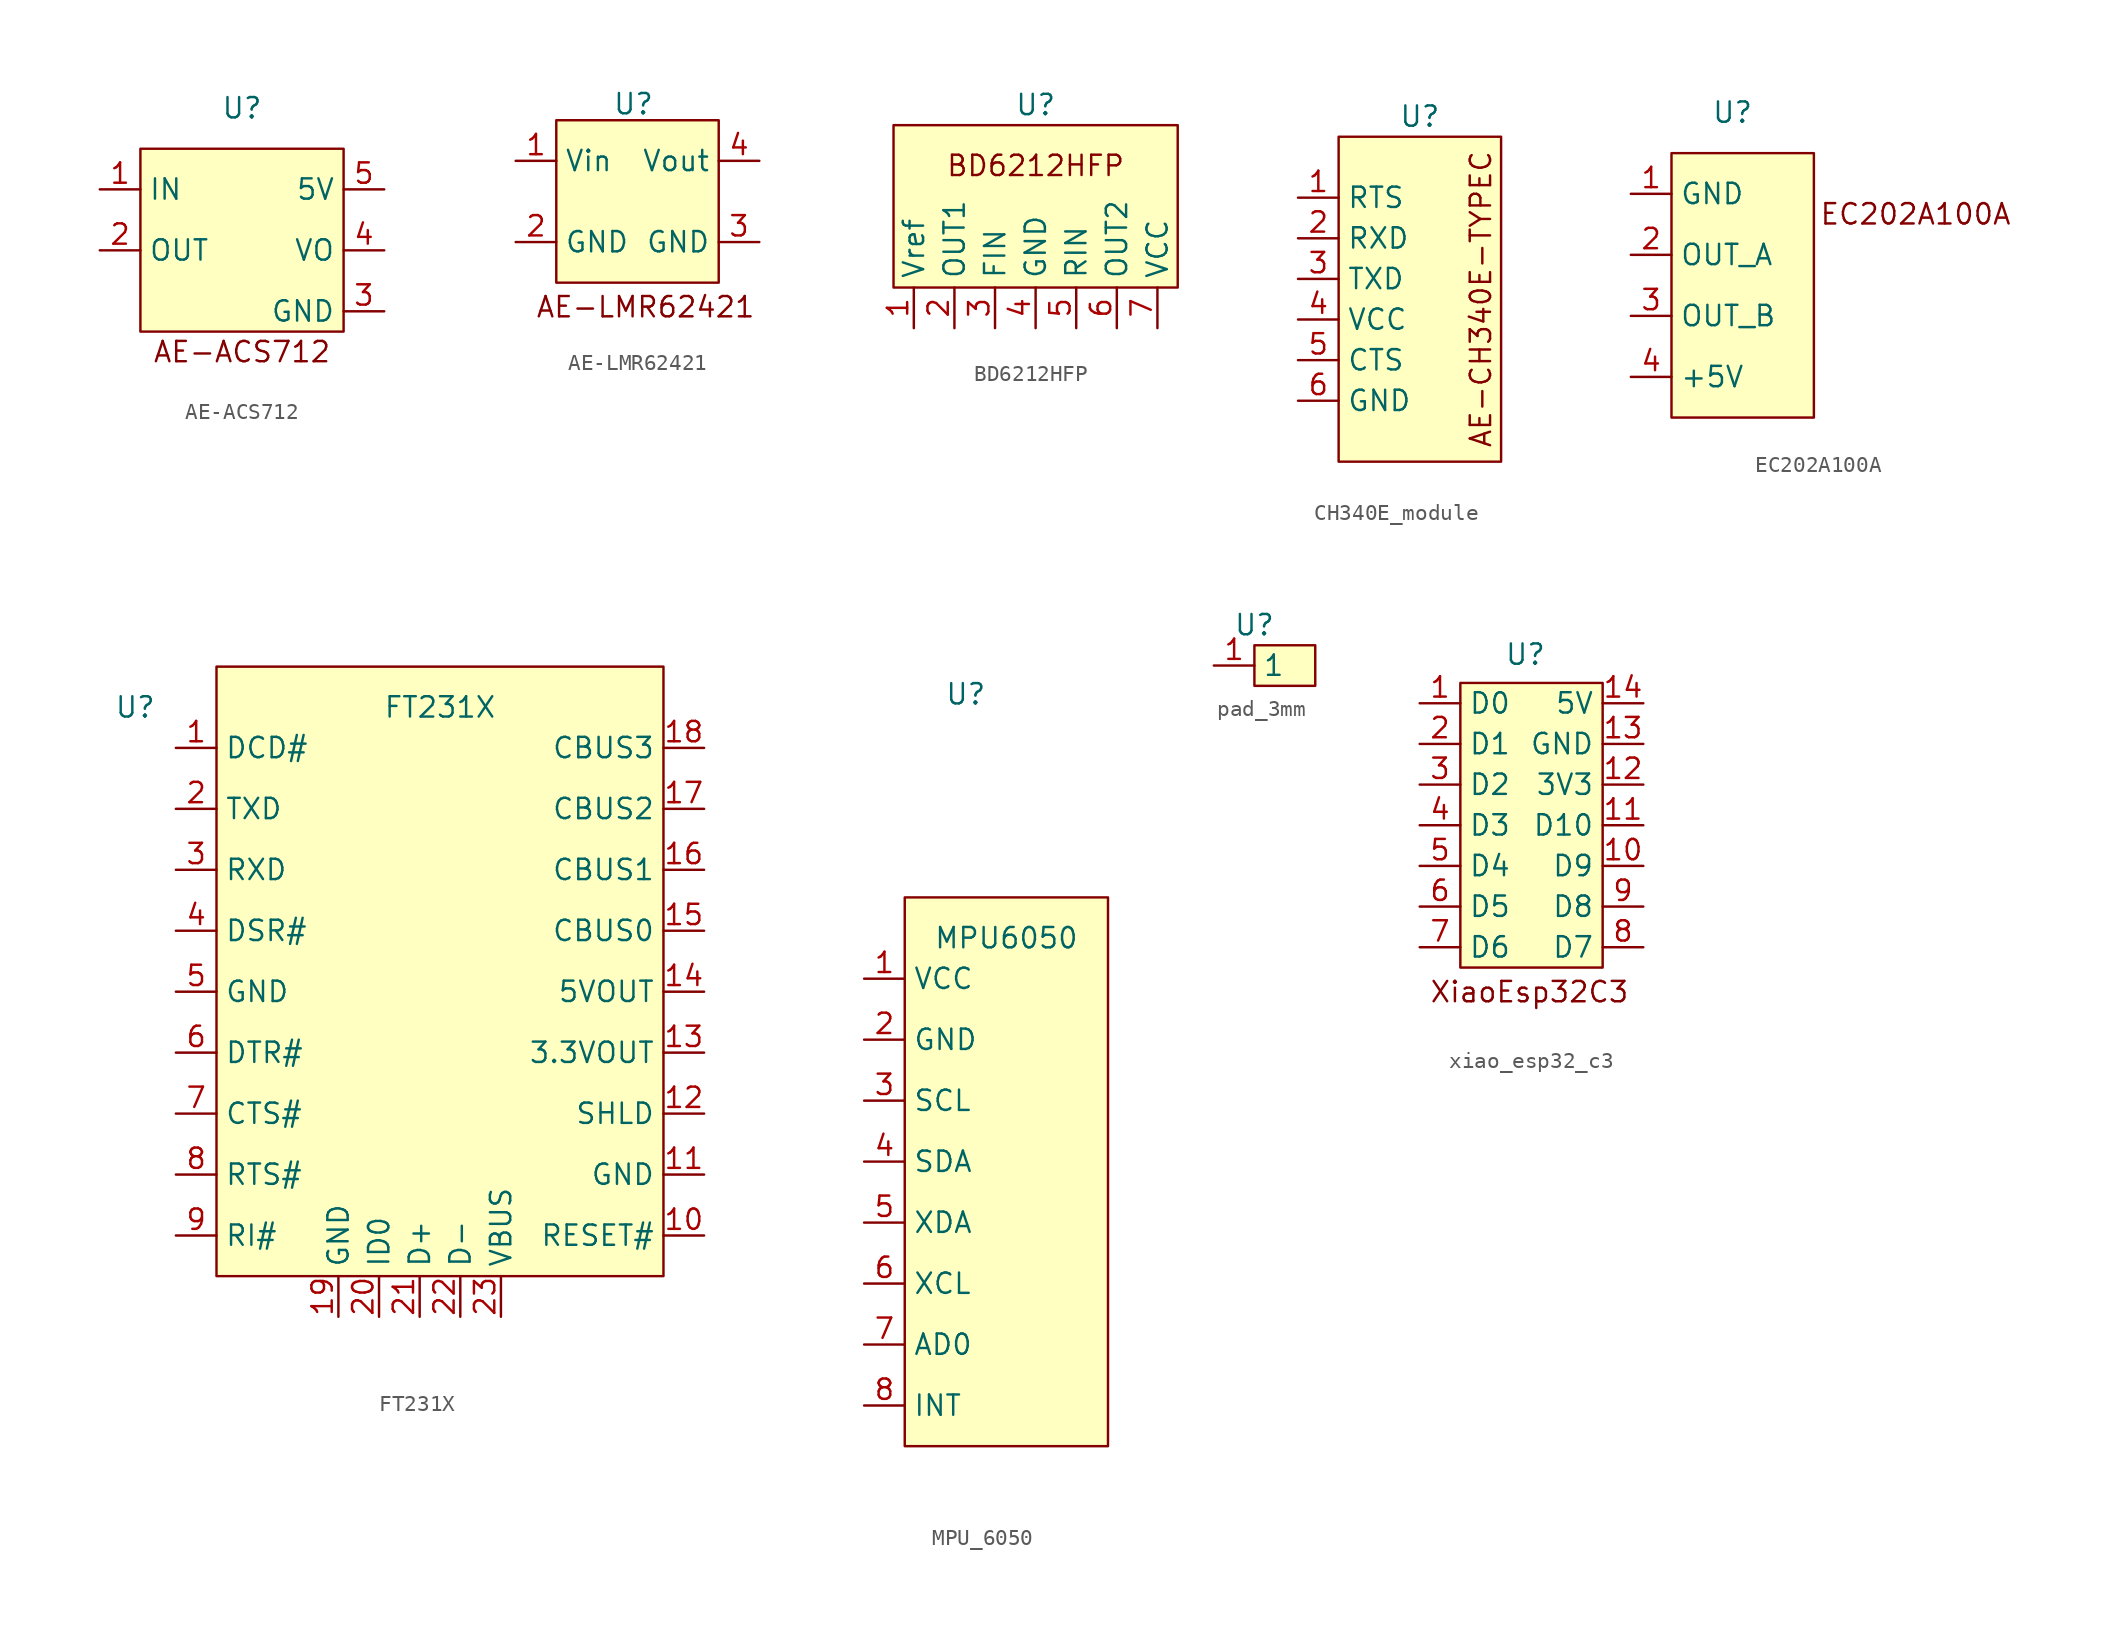
<source format=kicad_sym>
(kicad_symbol_lib
  (version 20231120)
  (generator "kicad_symbol_editor")
  (generator_version "8.0")
  (symbol "AE-ACS712"
    (property "Reference" "U"
      (at 0 1.27 0)
      (effects (font (size 1.27 1.27))))
    (property "Value" ""
      (at 2.54 0 0)
      (effects (font (size 1.27 1.27))))
    (symbol "AE-ACS712_1_1"
      (rectangle (start -6.35 -1.27) (end 6.35 -12.7) (stroke (width 0) (type default)) (fill (type background)))
      (text "AE-ACS712" (at 0 -13.97 0) (effects (font (size 1.27 1.27))))
      (pin passive line (at -8.89 -3.81 0) (length 2.54) (name "IN" (effects (font (size 1.27 1.27)))) (number "1" (effects (font (size 1.27 1.27)))))
      (pin passive line (at -8.89 -7.62 0) (length 2.54) (name "OUT" (effects (font (size 1.27 1.27)))) (number "2" (effects (font (size 1.27 1.27)))))
      (pin passive line (at 8.89 -11.43 180) (length 2.54) (name "GND" (effects (font (size 1.27 1.27)))) (number "3" (effects (font (size 1.27 1.27)))))
      (pin passive line (at 8.89 -7.62 180) (length 2.54) (name "VO" (effects (font (size 1.27 1.27)))) (number "4" (effects (font (size 1.27 1.27)))))
      (pin power_in line (at 8.89 -3.81 180) (length 2.54) (name "5V" (effects (font (size 1.27 1.27)))) (number "5" (effects (font (size 1.27 1.27)))))))
  (symbol "AE-LMR62421"
    (property "Reference" "U"
      (at -0.254 3.556 0)
      (effects (font (size 1.27 1.27))))
    (property "Value" ""
      (at 0 0 0)
      (effects (font (size 1.27 1.27))))
    (symbol "AE-LMR62421_1_1"
      (rectangle (start -5.08 2.54) (end 5.08 -7.62) (stroke (width 0) (type default)) (fill (type background)))
      (text "AE-LMR62421" (at 0.508 -9.144 0) (effects (font (size 1.27 1.27))))
      (pin power_in line (at -7.62 0 0) (length 2.54) (name "Vin" (effects (font (size 1.27 1.27)))) (number "1" (effects (font (size 1.27 1.27)))))
      (pin power_in line (at -7.62 -5.08 0) (length 2.54) (name "GND" (effects (font (size 1.27 1.27)))) (number "2" (effects (font (size 1.27 1.27)))))
      (pin power_in line (at 7.62 -5.08 180) (length 2.54) (name "GND" (effects (font (size 1.27 1.27)))) (number "3" (effects (font (size 1.27 1.27)))))
      (pin power_out line (at 7.62 0 180) (length 2.54) (name "Vout" (effects (font (size 1.27 1.27)))) (number "4" (effects (font (size 1.27 1.27)))))))
  (symbol "BD6212HFP"
    (property "Reference" "U"
      (at 0 0 0)
      (effects (font (size 1.27 1.27))))
    (property "Value" ""
      (at 0 0 0)
      (effects (font (size 1.27 1.27))))
    (symbol "BD6212HFP_1_1"
      (rectangle (start -8.89 -1.27) (end 8.89 -11.43) (stroke (width 0) (type default)) (fill (type background)))
      (text "BD6212HFP" (at 0 -3.81 0) (effects (font (size 1.27 1.27))))
      (pin passive line (at -7.62 -13.97 90) (length 2.54) (name "Vref" (effects (font (size 1.27 1.27)))) (number "1" (effects (font (size 1.27 1.27)))))
      (pin passive line (at -5.08 -13.97 90) (length 2.54) (name "OUT1" (effects (font (size 1.27 1.27)))) (number "2" (effects (font (size 1.27 1.27)))))
      (pin passive line (at -2.54 -13.97 90) (length 2.54) (name "FIN" (effects (font (size 1.27 1.27)))) (number "3" (effects (font (size 1.27 1.27)))))
      (pin passive line (at 0 -13.97 90) (length 2.54) (name "GND" (effects (font (size 1.27 1.27)))) (number "4" (effects (font (size 1.27 1.27)))))
      (pin passive line (at 2.54 -13.97 90) (length 2.54) (name "RIN" (effects (font (size 1.27 1.27)))) (number "5" (effects (font (size 1.27 1.27)))))
      (pin passive line (at 5.08 -13.97 90) (length 2.54) (name "OUT2" (effects (font (size 1.27 1.27)))) (number "6" (effects (font (size 1.27 1.27)))))
      (pin power_in line (at 7.62 -13.97 90) (length 2.54) (name "VCC" (effects (font (size 1.27 1.27)))) (number "7" (effects (font (size 1.27 1.27)))))))
  (symbol "CH340E_module"
    (property "Reference" "U"
      (at 0 0 0)
      (effects (font (size 1.27 1.27))))
    (property "Value" ""
      (at -1.27 0 0)
      (effects (font (size 1.27 1.27))))
    (symbol "CH340E_module_1_1"
      (rectangle (start -5.08 -1.27) (end 5.08 -21.59) (stroke (width 0) (type default)) (fill (type background)))
      (text "AE-CH340E-TYPEC" (at 3.81 -11.43 900) (effects (font (size 1.27 1.27))))
      (pin passive line (at -7.62 -5.08 0) (length 2.54) (name "RTS" (effects (font (size 1.27 1.27)))) (number "1" (effects (font (size 1.27 1.27)))))
      (pin passive line (at -7.62 -7.62 0) (length 2.54) (name "RXD" (effects (font (size 1.27 1.27)))) (number "2" (effects (font (size 1.27 1.27)))))
      (pin passive line (at -7.62 -10.16 0) (length 2.54) (name "TXD" (effects (font (size 1.27 1.27)))) (number "3" (effects (font (size 1.27 1.27)))))
      (pin power_in line (at -7.62 -12.7 0) (length 2.54) (name "VCC" (effects (font (size 1.27 1.27)))) (number "4" (effects (font (size 1.27 1.27)))))
      (pin passive line (at -7.62 -15.24 0) (length 2.54) (name "CTS" (effects (font (size 1.27 1.27)))) (number "5" (effects (font (size 1.27 1.27)))))
      (pin passive line (at -7.62 -17.78 0) (length 2.54) (name "GND" (effects (font (size 1.27 1.27)))) (number "6" (effects (font (size 1.27 1.27)))))))
  (symbol "EC202A100A"
    (property "Reference" "U"
      (at 0 0 0)
      (effects (font (size 1.27 1.27))))
    (property "Value" ""
      (at 0 0 0)
      (effects (font (size 1.27 1.27))))
    (symbol "EC202A100A_1_1"
      (rectangle (start -3.81 -2.54) (end 5.08 -19.05) (stroke (width 0) (type default)) (fill (type background)))
      (text "EC202A100A" (at 11.43 -6.35 0) (effects (font (size 1.27 1.27))))
      (pin passive line (at -6.35 -5.08 0) (length 2.54) (name "GND" (effects (font (size 1.27 1.27)))) (number "1" (effects (font (size 1.27 1.27)))))
      (pin passive line (at -6.35 -8.89 0) (length 2.54) (name "OUT_A" (effects (font (size 1.27 1.27)))) (number "2" (effects (font (size 1.27 1.27)))))
      (pin passive line (at -6.35 -12.7 0) (length 2.54) (name "OUT_B" (effects (font (size 1.27 1.27)))) (number "3" (effects (font (size 1.27 1.27)))))
      (pin power_in line (at -6.35 -16.51 0) (length 2.54) (name "+5V" (effects (font (size 1.27 1.27)))) (number "4" (effects (font (size 1.27 1.27)))))))
  (symbol "FT231X"
    (property "Reference" "U"
      (at -19.05 16.51 0)
      (effects (font (size 1.27 1.27))))
    (property "Value" "FT231X"
      (at 0 16.51 0)
      (effects (font (size 1.27 1.27))))
    (symbol "FT231X_1_1"
      (rectangle (start -13.97 19.05) (end 13.97 -19.05) (stroke (width 0) (type default)) (fill (type background)))
      (pin passive line (at -16.51 13.97 0) (length 2.54) (name "DCD#" (effects (font (size 1.27 1.27)))) (number "1" (effects (font (size 1.27 1.27)))))
      (pin passive line (at 16.51 -16.51 180) (length 2.54) (name "RESET#" (effects (font (size 1.27 1.27)))) (number "10" (effects (font (size 1.27 1.27)))))
      (pin passive line (at 16.51 -12.7 180) (length 2.54) (name "GND" (effects (font (size 1.27 1.27)))) (number "11" (effects (font (size 1.27 1.27)))))
      (pin passive line (at 16.51 -8.89 180) (length 2.54) (name "SHLD" (effects (font (size 1.27 1.27)))) (number "12" (effects (font (size 1.27 1.27)))))
      (pin passive line (at 16.51 -5.08 180) (length 2.54) (name "3.3VOUT" (effects (font (size 1.27 1.27)))) (number "13" (effects (font (size 1.27 1.27)))))
      (pin passive line (at 16.51 -1.27 180) (length 2.54) (name "5VOUT" (effects (font (size 1.27 1.27)))) (number "14" (effects (font (size 1.27 1.27)))))
      (pin passive line (at 16.51 2.54 180) (length 2.54) (name "CBUS0" (effects (font (size 1.27 1.27)))) (number "15" (effects (font (size 1.27 1.27)))))
      (pin passive line (at 16.51 6.35 180) (length 2.54) (name "CBUS1" (effects (font (size 1.27 1.27)))) (number "16" (effects (font (size 1.27 1.27)))))
      (pin passive line (at 16.51 10.16 180) (length 2.54) (name "CBUS2" (effects (font (size 1.27 1.27)))) (number "17" (effects (font (size 1.27 1.27)))))
      (pin passive line (at 16.51 13.97 180) (length 2.54) (name "CBUS3" (effects (font (size 1.27 1.27)))) (number "18" (effects (font (size 1.27 1.27)))))
      (pin passive line (at -6.35 -21.59 90) (length 2.54) (name "GND" (effects (font (size 1.27 1.27)))) (number "19" (effects (font (size 1.27 1.27)))))
      (pin passive line (at -16.51 10.16 0) (length 2.54) (name "TXD" (effects (font (size 1.27 1.27)))) (number "2" (effects (font (size 1.27 1.27)))))
      (pin passive line (at -3.81 -21.59 90) (length 2.54) (name "ID0" (effects (font (size 1.27 1.27)))) (number "20" (effects (font (size 1.27 1.27)))))
      (pin passive line (at -1.27 -21.59 90) (length 2.54) (name "D+" (effects (font (size 1.27 1.27)))) (number "21" (effects (font (size 1.27 1.27)))))
      (pin passive line (at 1.27 -21.59 90) (length 2.54) (name "D-" (effects (font (size 1.27 1.27)))) (number "22" (effects (font (size 1.27 1.27)))))
      (pin passive line (at 3.81 -21.59 90) (length 2.54) (name "VBUS" (effects (font (size 1.27 1.27)))) (number "23" (effects (font (size 1.27 1.27)))))
      (pin passive line (at -16.51 6.35 0) (length 2.54) (name "RXD" (effects (font (size 1.27 1.27)))) (number "3" (effects (font (size 1.27 1.27)))))
      (pin passive line (at -16.51 2.54 0) (length 2.54) (name "DSR#" (effects (font (size 1.27 1.27)))) (number "4" (effects (font (size 1.27 1.27)))))
      (pin passive line (at -16.51 -1.27 0) (length 2.54) (name "GND" (effects (font (size 1.27 1.27)))) (number "5" (effects (font (size 1.27 1.27)))))
      (pin passive line (at -16.51 -5.08 0) (length 2.54) (name "DTR#" (effects (font (size 1.27 1.27)))) (number "6" (effects (font (size 1.27 1.27)))))
      (pin passive line (at -16.51 -8.89 0) (length 2.54) (name "CTS#" (effects (font (size 1.27 1.27)))) (number "7" (effects (font (size 1.27 1.27)))))
      (pin passive line (at -16.51 -12.7 0) (length 2.54) (name "RTS#" (effects (font (size 1.27 1.27)))) (number "8" (effects (font (size 1.27 1.27)))))
      (pin passive line (at -16.51 -16.51 0) (length 2.54) (name "RI#" (effects (font (size 1.27 1.27)))) (number "9" (effects (font (size 1.27 1.27)))))))
  (symbol "MPU_6050"
    (property "Reference" "U"
      (at -2.54 26.67 0)
      (effects (font (size 1.27 1.27))))
    (property "Value" "MPU6050"
      (at 0 11.43 0)
      (effects (font (size 1.27 1.27))))
    (symbol "MPU_6050_1_1"
      (rectangle (start -6.35 13.97) (end 6.35 -20.32) (stroke (width 0) (type default)) (fill (type background)))
      (pin power_in line (at -8.89 8.89 0) (length 2.54) (name "VCC" (effects (font (size 1.27 1.27)))) (number "1" (effects (font (size 1.27 1.27)))))
      (pin passive line (at -8.89 5.08 0) (length 2.54) (name "GND" (effects (font (size 1.27 1.27)))) (number "2" (effects (font (size 1.27 1.27)))))
      (pin passive line (at -8.89 1.27 0) (length 2.54) (name "SCL" (effects (font (size 1.27 1.27)))) (number "3" (effects (font (size 1.27 1.27)))))
      (pin passive line (at -8.89 -2.54 0) (length 2.54) (name "SDA" (effects (font (size 1.27 1.27)))) (number "4" (effects (font (size 1.27 1.27)))))
      (pin passive line (at -8.89 -6.35 0) (length 2.54) (name "XDA" (effects (font (size 1.27 1.27)))) (number "5" (effects (font (size 1.27 1.27)))))
      (pin passive line (at -8.89 -10.16 0) (length 2.54) (name "XCL" (effects (font (size 1.27 1.27)))) (number "6" (effects (font (size 1.27 1.27)))))
      (pin passive line (at -8.89 -13.97 0) (length 2.54) (name "AD0" (effects (font (size 1.27 1.27)))) (number "7" (effects (font (size 1.27 1.27)))))
      (pin passive line (at -8.89 -17.78 0) (length 2.54) (name "INT" (effects (font (size 1.27 1.27)))) (number "8" (effects (font (size 1.27 1.27)))))))
  (symbol "pad_3mm"
    (property "Reference" "U"
      (at 0 0 0)
      (effects (font (size 1.27 1.27))))
    (property "Value" ""
      (at 0 0 0)
      (effects (font (size 1.27 1.27))))
    (symbol "pad_3mm_1_1"
      (rectangle (start 0 -1.27) (end 3.81 -3.81) (stroke (width 0) (type default)) (fill (type background)))
      (pin passive line (at -2.54 -2.54 0) (length 2.54) (name "1" (effects (font (size 1.27 1.27)))) (number "1" (effects (font (size 1.27 1.27)))))))
  (symbol "xiao_esp32_c3"
    (property "Reference" "U"
      (at 0.254 1.778 0)
      (effects (font (size 1.27 1.27))))
    (property "Value" ""
      (at 0 1.27 0)
      (effects (font (size 1.27 1.27))))
    (symbol "xiao_esp32_c3_1_1"
      (rectangle (start -3.81 0) (end 5.08 -17.78) (stroke (width 0) (type default)) (fill (type background)))
      (text "XiaoEsp32C3" (at 0.508 -19.304 0) (effects (font (size 1.27 1.27))))
      (pin passive line (at -6.35 -1.27 0) (length 2.54) (name "D0" (effects (font (size 1.27 1.27)))) (number "1" (effects (font (size 1.27 1.27)))))
      (pin passive line (at 7.62 -11.43 180) (length 2.54) (name "D9" (effects (font (size 1.27 1.27)))) (number "10" (effects (font (size 1.27 1.27)))))
      (pin passive line (at 7.62 -8.89 180) (length 2.54) (name "D10" (effects (font (size 1.27 1.27)))) (number "11" (effects (font (size 1.27 1.27)))))
      (pin power_out line (at 7.62 -6.35 180) (length 2.54) (name "3V3" (effects (font (size 1.27 1.27)))) (number "12" (effects (font (size 1.27 1.27)))))
      (pin passive line (at 7.62 -3.81 180) (length 2.54) (name "GND" (effects (font (size 1.27 1.27)))) (number "13" (effects (font (size 1.27 1.27)))))
      (pin power_out line (at 7.62 -1.27 180) (length 2.54) (name "5V" (effects (font (size 1.27 1.27)))) (number "14" (effects (font (size 1.27 1.27)))))
      (pin passive line (at -6.35 -3.81 0) (length 2.54) (name "D1" (effects (font (size 1.27 1.27)))) (number "2" (effects (font (size 1.27 1.27)))))
      (pin passive line (at -6.35 -6.35 0) (length 2.54) (name "D2" (effects (font (size 1.27 1.27)))) (number "3" (effects (font (size 1.27 1.27)))))
      (pin passive line (at -6.35 -8.89 0) (length 2.54) (name "D3" (effects (font (size 1.27 1.27)))) (number "4" (effects (font (size 1.27 1.27)))))
      (pin passive line (at -6.35 -11.43 0) (length 2.54) (name "D4" (effects (font (size 1.27 1.27)))) (number "5" (effects (font (size 1.27 1.27)))))
      (pin passive line (at -6.35 -13.97 0) (length 2.54) (name "D5" (effects (font (size 1.27 1.27)))) (number "6" (effects (font (size 1.27 1.27)))))
      (pin passive line (at -6.35 -16.51 0) (length 2.54) (name "D6" (effects (font (size 1.27 1.27)))) (number "7" (effects (font (size 1.27 1.27)))))
      (pin passive line (at 7.62 -16.51 180) (length 2.54) (name "D7" (effects (font (size 1.27 1.27)))) (number "8" (effects (font (size 1.27 1.27)))))
      (pin passive line (at 7.62 -13.97 180) (length 2.54) (name "D8" (effects (font (size 1.27 1.27)))) (number "9" (effects (font (size 1.27 1.27))))))))
</source>
